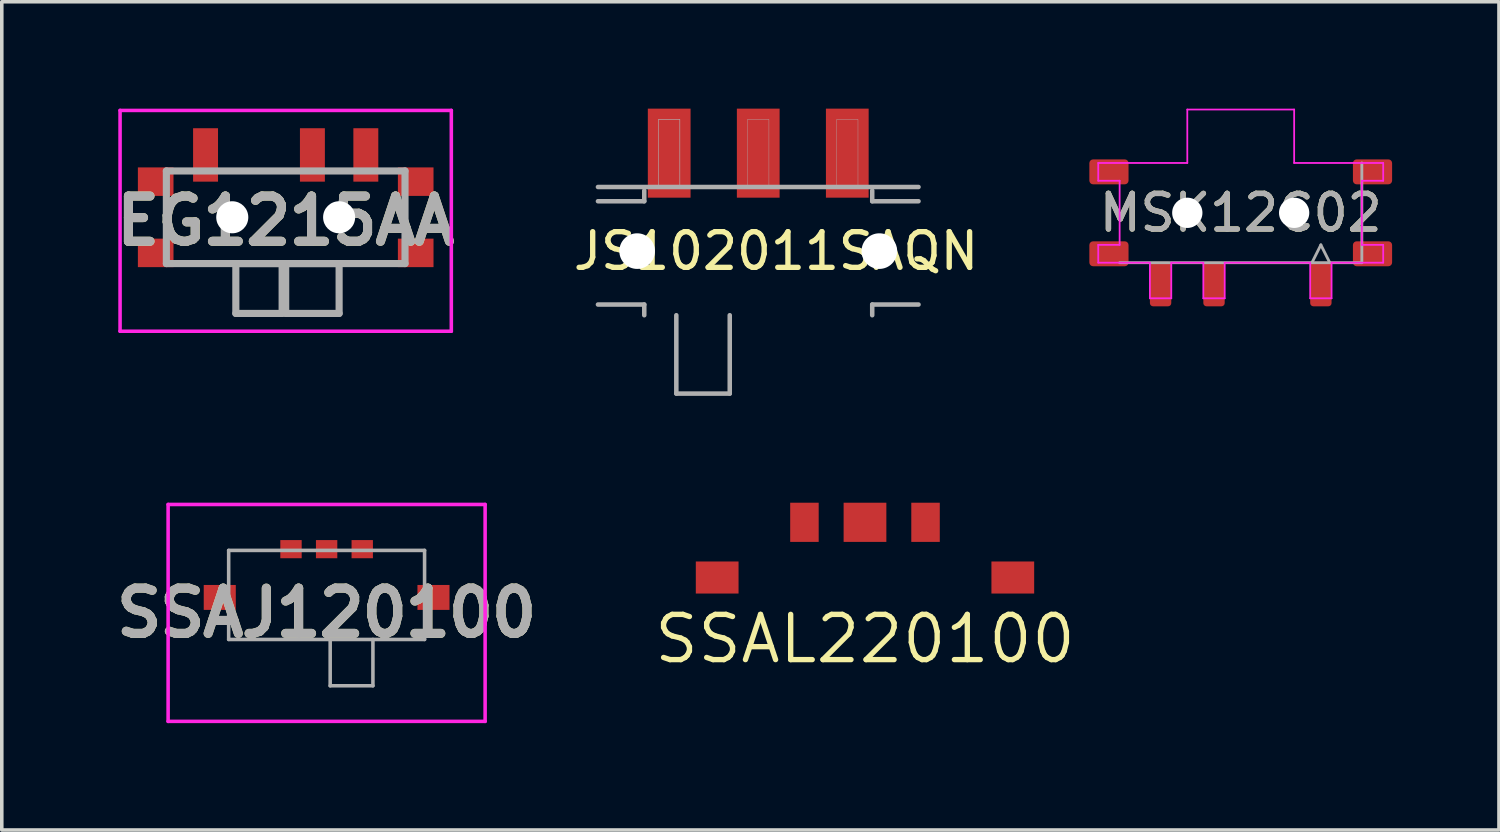
<source format=kicad_pcb>
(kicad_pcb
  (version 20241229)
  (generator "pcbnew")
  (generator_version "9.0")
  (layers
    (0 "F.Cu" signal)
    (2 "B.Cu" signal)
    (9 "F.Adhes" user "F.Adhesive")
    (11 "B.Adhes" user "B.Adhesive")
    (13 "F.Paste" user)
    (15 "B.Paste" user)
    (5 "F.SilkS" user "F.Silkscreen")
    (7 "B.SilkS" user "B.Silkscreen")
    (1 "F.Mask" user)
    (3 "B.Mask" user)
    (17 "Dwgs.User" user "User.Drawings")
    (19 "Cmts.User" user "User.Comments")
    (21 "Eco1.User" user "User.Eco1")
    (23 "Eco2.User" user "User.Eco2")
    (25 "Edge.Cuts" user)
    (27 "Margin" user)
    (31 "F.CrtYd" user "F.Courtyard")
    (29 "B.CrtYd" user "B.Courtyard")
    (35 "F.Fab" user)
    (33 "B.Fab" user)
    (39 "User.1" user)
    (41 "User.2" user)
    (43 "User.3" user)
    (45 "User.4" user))
  (footprint "SSAJ120100"
    (layer "F.Cu")
    (at 6.12 13.653)
    (property "Reference" "SSAJ120100" (at 0 0.505 0) (layer "F.SilkS") (effects (font (size 1.27 1.27) (thickness 0.254))))
    (attr smd)
    (fp_line (start -4.45 -2.54) (end 4.45 -2.54) (stroke (width 0.1) (type solid)) (layer "F.CrtYd"))
    (fp_line (start -4.45 3.55) (end -4.45 -2.54) (stroke (width 0.1) (type solid)) (layer "F.CrtYd"))
    (fp_line (start 4.45 -2.54) (end 4.45 3.55) (stroke (width 0.1) (type solid)) (layer "F.CrtYd"))
    (fp_line (start 4.45 3.55) (end -4.45 3.55) (stroke (width 0.1) (type solid)) (layer "F.CrtYd"))
    (fp_line (start -2.75 -1.25) (end -2.75 1.25) (stroke (width 0.1) (type solid)) (layer "F.Fab"))
    (fp_line (start -2.75 1.25) (end 2.75 1.25) (stroke (width 0.1) (type solid)) (layer "F.Fab"))
    (fp_line (start 0.1 1.25) (end 0.1 2.55) (stroke (width 0.1) (type solid)) (layer "F.Fab"))
    (fp_line (start 0.1 2.55) (end 1.3 2.55) (stroke (width 0.1) (type solid)) (layer "F.Fab"))
    (fp_line (start 1.3 2.55) (end 1.3 1.25) (stroke (width 0.1) (type solid)) (layer "F.Fab"))
    (fp_line (start 2.75 -1.25) (end -2.75 -1.25) (stroke (width 0.1) (type solid)) (layer "F.Fab"))
    (fp_line (start 2.75 1.25) (end 2.75 -1.25) (stroke (width 0.1) (type solid)) (layer "F.Fab"))
    (fp_text user "${REFERENCE}" (at 0 0.505 0) (layer "F.Fab") (effects (font (size 1.27 1.27) (thickness 0.254))))
    (pad "1" smd rect (at -1 -1.285 90) (size 0.51 0.6) (layers "F.Cu" "F.Mask" "F.Paste"))
    (pad "2" smd rect (at 1 -1.285 90) (size 0.51 0.6) (layers "F.Cu" "F.Mask" "F.Paste"))
    (pad "3" smd rect (at 0 -1.285 90) (size 0.51 0.6) (layers "F.Cu" "F.Mask" "F.Paste"))
    (pad "4" smd rect (at -3 0.07 90) (size 0.7 0.9) (layers "F.Cu" "F.Mask" "F.Paste"))
    (pad "5" smd rect (at 3 0.07 90) (size 0.7 0.9) (layers "F.Cu" "F.Mask" "F.Paste")))
  (footprint "MSK12C02"
    (layer "F.Cu")
    (at 31.784 2.925)
    (property "Reference" "MSK12C02" (at 0 0 0) (unlocked yes) (layer "F.SilkS") (effects (font (size 1 1) (thickness 0.15))))
    (attr smd)
    (fp_line (start -4 -1.4) (end -4 -0.9) (stroke (width 0.05) (type solid)) (layer "F.CrtYd"))
    (fp_line (start -4 -1.4) (end -1.5 -1.4) (stroke (width 0.05) (type solid)) (layer "F.CrtYd"))
    (fp_line (start -4 -0.9) (end -3.4 -0.9) (stroke (width 0.05) (type solid)) (layer "F.CrtYd"))
    (fp_line (start -4 0.9) (end -4 1.4) (stroke (width 0.05) (type solid)) (layer "F.CrtYd"))
    (fp_line (start -3.4 0.9) (end -4 0.9) (stroke (width 0.05) (type solid)) (layer "F.CrtYd"))
    (fp_line (start -3.4 0.9) (end -3.4 -0.9) (stroke (width 0.05) (type solid)) (layer "F.CrtYd"))
    (fp_line (start -2.55 1.4) (end -4 1.4) (stroke (width 0.05) (type solid)) (layer "F.CrtYd"))
    (fp_line (start -2.55 2.4) (end -2.55 1.4) (stroke (width 0.05) (type solid)) (layer "F.CrtYd"))
    (fp_line (start -2.55 2.4) (end -1.95 2.4) (stroke (width 0.05) (type solid)) (layer "F.CrtYd"))
    (fp_line (start -1.95 1.4) (end -1.05 1.4) (stroke (width 0.05) (type solid)) (layer "F.CrtYd"))
    (fp_line (start -1.95 2.4) (end -1.95 1.4) (stroke (width 0.05) (type solid)) (layer "F.CrtYd"))
    (fp_line (start -1.5 -2.9) (end 1.5 -2.9) (stroke (width 0.05) (type solid)) (layer "F.CrtYd"))
    (fp_line (start -1.5 -1.4) (end -1.5 -2.9) (stroke (width 0.05) (type solid)) (layer "F.CrtYd"))
    (fp_line (start -1.05 2.4) (end -1.05 1.4) (stroke (width 0.05) (type solid)) (layer "F.CrtYd"))
    (fp_line (start -1.05 2.4) (end -0.45 2.4) (stroke (width 0.05) (type solid)) (layer "F.CrtYd"))
    (fp_line (start -0.45 1.4) (end 1.95 1.4) (stroke (width 0.05) (type solid)) (layer "F.CrtYd"))
    (fp_line (start -0.45 2.4) (end -0.45 1.4) (stroke (width 0.05) (type solid)) (layer "F.CrtYd"))
    (fp_line (start 1.5 -2.9) (end 1.5 -1.4) (stroke (width 0.05) (type solid)) (layer "F.CrtYd"))
    (fp_line (start 1.5 -1.4) (end 4 -1.4) (stroke (width 0.05) (type solid)) (layer "F.CrtYd"))
    (fp_line (start 1.95 2.4) (end 1.95 1.4) (stroke (width 0.05) (type solid)) (layer "F.CrtYd"))
    (fp_line (start 1.95 2.4) (end 2.55 2.4) (stroke (width 0.05) (type solid)) (layer "F.CrtYd"))
    (fp_line (start 2.55 1.4) (end 4 1.4) (stroke (width 0.05) (type solid)) (layer "F.CrtYd"))
    (fp_line (start 2.55 2.4) (end 2.55 1.4) (stroke (width 0.05) (type solid)) (layer "F.CrtYd"))
    (fp_line (start 3.4 -0.9) (end 4 -0.9) (stroke (width 0.05) (type solid)) (layer "F.CrtYd"))
    (fp_line (start 3.4 0.9) (end 3.4 -0.9) (stroke (width 0.05) (type solid)) (layer "F.CrtYd"))
    (fp_line (start 4 -0.9) (end 4 -1.4) (stroke (width 0.05) (type solid)) (layer "F.CrtYd"))
    (fp_line (start 4 0.9) (end 3.4 0.9) (stroke (width 0.05) (type solid)) (layer "F.CrtYd"))
    (fp_line (start 4 1.4) (end 4 0.9) (stroke (width 0.05) (type solid)) (layer "F.CrtYd"))
    (fp_line (start -3.4 1.4) (end 3.4 1.4) (stroke (width 0.08) (type solid)) (layer "F.Fab"))
    (fp_line (start 2 1.4) (end 2.25 0.9) (stroke (width 0.08) (type default)) (layer "F.Fab"))
    (fp_line (start 2.25 0.9) (end 2.5 1.4) (stroke (width 0.08) (type default)) (layer "F.Fab"))
    (fp_line (start 3.4 1.4) (end 3.4 -1.4) (stroke (width 0.08) (type solid)) (layer "F.Fab"))
    (fp_text user "${REFERENCE}" (at 0 0 0) (layer "F.Fab") (effects (font (size 1 1) (thickness 0.15))))
    (pad "" np_thru_hole circle (at -1.5 0 180) (size 0.85 0.85) (drill 0.85) (layers "*.Cu" "*.Mask"))
    (pad "" np_thru_hole circle (at 1.5 0 180) (size 0.85 0.85) (drill 0.85) (layers "*.Cu" "*.Mask"))
    (pad "1" smd roundrect (at 2.25 2 180) (size 0.6 1.25) (layers "F.Cu" "F.Mask" "F.Paste") (roundrect_rratio 0.15))
    (pad "2" smd roundrect (at -0.75 2 180) (size 0.6 1.25) (layers "F.Cu" "F.Mask" "F.Paste") (roundrect_rratio 0.15))
    (pad "3" smd roundrect (at -2.25 2 180) (size 0.6 1.25) (layers "F.Cu" "F.Mask" "F.Paste") (roundrect_rratio 0.15))
    (pad "MP" smd roundrect (at -3.7 -1.15 270) (size 0.7 1.1) (layers "F.Cu" "F.Mask" "F.Paste") (roundrect_rratio 0.15))
    (pad "MP" smd roundrect (at -3.7 1.15 270) (size 0.7 1.1) (layers "F.Cu" "F.Mask" "F.Paste") (roundrect_rratio 0.15))
    (pad "MP" smd roundrect (at 3.7 -1.15 270) (size 0.7 1.1) (layers "F.Cu" "F.Mask" "F.Paste") (roundrect_rratio 0.15))
    (pad "MP" smd roundrect (at 3.7 1.15 270) (size 0.7 1.1) (layers "F.Cu" "F.Mask" "F.Paste") (roundrect_rratio 0.15)))
  (footprint "JS102011SAQN"
    (layer "F.Cu")
    (at 18.238 4)
    (property "Reference" "JS102011SAQN" (at 0.5 0 180) (layer "F.SilkS") (effects (font (size 1.001 1.001) (thickness 0.15))))
    (attr smd)
    (fp_line (start -4.5 -1.8) (end 4.5 -1.8) (stroke (width 0.127) (type solid)) (layer "F.Fab"))
    (fp_line (start -4.5 -1.4) (end -3.2 -1.4) (stroke (width 0.127) (type solid)) (layer "F.Fab"))
    (fp_line (start -4.5 1.5) (end -3.2 1.5) (stroke (width 0.127) (type solid)) (layer "F.Fab"))
    (fp_line (start -3.2 -1.7) (end -3.2 -1.4) (stroke (width 0.127) (type solid)) (layer "F.Fab"))
    (fp_line (start -3.2 1.5) (end -3.2 1.8) (stroke (width 0.127) (type solid)) (layer "F.Fab"))
    (fp_line (start -2.3 1.8) (end -2.3 4) (stroke (width 0.127) (type solid)) (layer "F.Fab"))
    (fp_line (start -2.3 4) (end -0.8 4) (stroke (width 0.127) (type solid)) (layer "F.Fab"))
    (fp_line (start -0.8 4) (end -0.8 1.8) (stroke (width 0.127) (type solid)) (layer "F.Fab"))
    (fp_line (start 3.2 -1.7) (end 3.2 -1.4) (stroke (width 0.127) (type solid)) (layer "F.Fab"))
    (fp_line (start 3.2 -1.4) (end 4.5 -1.4) (stroke (width 0.127) (type solid)) (layer "F.Fab"))
    (fp_line (start 3.2 1.5) (end 3.2 1.8) (stroke (width 0.127) (type solid)) (layer "F.Fab"))
    (fp_line (start 3.2 1.5) (end 4.5 1.5) (stroke (width 0.127) (type solid)) (layer "F.Fab"))
    (fp_poly (pts (xy -2.801 -3.7) (xy -2.2 -3.7) (xy -2.2 -1.801) (xy -2.801 -1.801)) (stroke (width 0.01) (type solid)) (fill no) (layer "F.Fab"))
    (fp_poly (pts (xy -2.801 -3.7) (xy -2.2 -3.7) (xy -2.2 -1.801) (xy -2.801 -1.801)) (stroke (width 0.01) (type solid)) (fill no) (layer "F.Fab"))
    (fp_poly (pts (xy -0.3 -3.7) (xy 0.3 -3.7) (xy 0.3 -1.8) (xy -0.3 -1.8)) (stroke (width 0.01) (type solid)) (fill no) (layer "F.Fab"))
    (fp_poly (pts (xy 2.204 -3.7) (xy 2.8 -3.7) (xy 2.8 -1.803) (xy 2.204 -1.803)) (stroke (width 0.01) (type solid)) (fill no) (layer "F.Fab"))
    (pad "" np_thru_hole circle (at -3.4 0) (size 1 1) (drill 1) (layers "*.Cu" "*.Mask"))
    (pad "" np_thru_hole circle (at 3.4 0) (size 1 1) (drill 1) (layers "*.Cu" "*.Mask"))
    (pad "1" smd rect (at -2.5 -2.75) (size 1.2 2.5) (layers "F.Cu" "F.Mask" "F.Paste"))
    (pad "2" smd rect (at 0 -2.75) (size 1.2 2.5) (layers "F.Cu" "F.Mask" "F.Paste"))
    (pad "3" smd rect (at 2.5 -2.75) (size 1.2 2.5) (layers "F.Cu" "F.Mask" "F.Paste")))
  (footprint "EG1215AA"
    (layer "F.Cu")
    (at 4.971 3.05)
    (property "Reference" "EG1215AA" (at 0 0.1 0) (layer "F.SilkS") (effects (font (size 1.27 1.27) (thickness 0.254))))
    (attr through_hole)
    (fp_line (start 3.35 -0.2) (end 3.35 0.2) (stroke (width 0.1) (type solid)) (layer "F.SilkS"))
    (fp_line (start -4.65 -3) (end 4.65 -3) (stroke (width 0.1) (type solid)) (layer "F.CrtYd"))
    (fp_line (start -4.65 3.2) (end -4.65 -3) (stroke (width 0.1) (type solid)) (layer "F.CrtYd"))
    (fp_line (start 4.65 -3) (end 4.65 3.2) (stroke (width 0.1) (type solid)) (layer "F.CrtYd"))
    (fp_line (start 4.65 3.2) (end -4.65 3.2) (stroke (width 0.1) (type solid)) (layer "F.CrtYd"))
    (fp_line (start -3.35 -1.3) (end 3.35 -1.3) (stroke (width 0.2) (type solid)) (layer "F.Fab"))
    (fp_line (start -3.35 1.3) (end -3.35 -1.3) (stroke (width 0.2) (type solid)) (layer "F.Fab"))
    (fp_line (start -1.4 1.3) (end -0.1 1.3) (stroke (width 0.2) (type solid)) (layer "F.Fab"))
    (fp_line (start -1.4 2.7) (end -1.4 1.3) (stroke (width 0.2) (type solid)) (layer "F.Fab"))
    (fp_line (start -0.1 1.3) (end -0.1 2.7) (stroke (width 0.2) (type solid)) (layer "F.Fab"))
    (fp_line (start -0.1 2.7) (end -1.4 2.7) (stroke (width 0.2) (type solid)) (layer "F.Fab"))
    (fp_line (start 0 1.3) (end 1.5 1.3) (stroke (width 0.2) (type solid)) (layer "F.Fab"))
    (fp_line (start 0 2.7) (end 0 1.3) (stroke (width 0.2) (type solid)) (layer "F.Fab"))
    (fp_line (start 1.5 1.3) (end 1.5 2.7) (stroke (width 0.2) (type solid)) (layer "F.Fab"))
    (fp_line (start 1.5 2.7) (end 0 2.7) (stroke (width 0.2) (type solid)) (layer "F.Fab"))
    (fp_line (start 3.35 -1.3) (end 3.35 1.3) (stroke (width 0.2) (type solid)) (layer "F.Fab"))
    (fp_line (start 3.35 1.3) (end -3.35 1.3) (stroke (width 0.2) (type solid)) (layer "F.Fab"))
    (fp_text user "${REFERENCE}" (at 0 0.1 0) (layer "F.Fab") (effects (font (size 1.27 1.27) (thickness 0.254))))
    (pad "" np_thru_hole circle (at -1.5 0) (size 0.9 0.9) (drill 0.9) (layers "*.Cu" "*.Mask"))
    (pad "" np_thru_hole circle (at 1.5 0) (size 0.9 0.9) (drill 0.9) (layers "*.Cu" "*.Mask"))
    (pad "1" smd rect (at -2.25 -1.75) (size 0.7 1.5) (layers "F.Cu" "F.Mask" "F.Paste"))
    (pad "2" smd rect (at 0.75 -1.75) (size 0.7 1.5) (layers "F.Cu" "F.Mask" "F.Paste"))
    (pad "3" smd rect (at 2.25 -1.75) (size 0.7 1.5) (layers "F.Cu" "F.Mask" "F.Paste"))
    (pad "MP1" smd rect (at -3.65 -1 90) (size 0.8 1) (layers "F.Cu" "F.Mask" "F.Paste"))
    (pad "MP2" smd rect (at 3.65 -1 90) (size 0.8 1) (layers "F.Cu" "F.Mask" "F.Paste"))
    (pad "MP3" smd rect (at -3.65 1 90) (size 0.8 1) (layers "F.Cu" "F.Mask" "F.Paste"))
    (pad "MP4" smd rect (at 3.65 1 90) (size 0.8 1) (layers "F.Cu" "F.Mask" "F.Paste")))
  (footprint "SSAL220100"
    (layer "F.Cu")
    (at 21.235 12.389)
    (property "Reference" "SSAL220100" (at 0 2.5 0) (layer "F.SilkS") (effects (font (size 1.27 1.27) (thickness 0.15))))
    (pad "0" smd rect (at -4.15 0.775) (size 1.2 0.9) (layers "F.Cu" "F.Mask" "F.Paste"))
    (pad "0" smd rect (at 4.15 0.775) (size 1.2 0.9) (layers "F.Cu" "F.Mask" "F.Paste"))
    (pad "1" smd rect (at -1.7 -0.775) (size 0.8 1.1) (layers "F.Cu" "F.Mask" "F.Paste"))
    (pad "2" smd rect (at 0 -0.775) (size 1.2 1.1) (layers "F.Cu" "F.Mask" "F.Paste"))
    (pad "3" smd rect (at 1.7 -0.775) (size 0.8 1.1) (layers "F.Cu" "F.Mask" "F.Paste")))
  (gr_rect
    (start -3 -3)
    (end 39.034 20.253)
    (stroke (width 0.1) (type default))
    (fill no)
    (layer "Edge.Cuts")))
</source>
